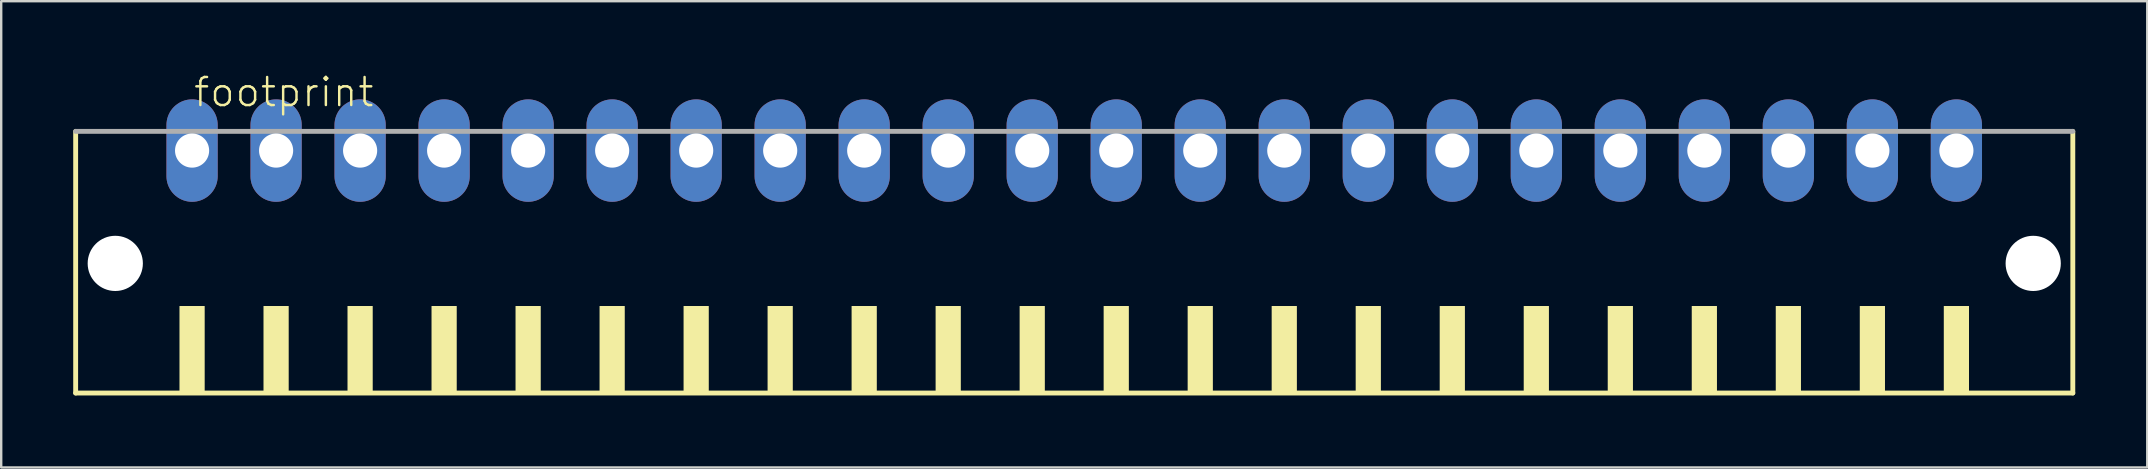
<source format=kicad_pcb>
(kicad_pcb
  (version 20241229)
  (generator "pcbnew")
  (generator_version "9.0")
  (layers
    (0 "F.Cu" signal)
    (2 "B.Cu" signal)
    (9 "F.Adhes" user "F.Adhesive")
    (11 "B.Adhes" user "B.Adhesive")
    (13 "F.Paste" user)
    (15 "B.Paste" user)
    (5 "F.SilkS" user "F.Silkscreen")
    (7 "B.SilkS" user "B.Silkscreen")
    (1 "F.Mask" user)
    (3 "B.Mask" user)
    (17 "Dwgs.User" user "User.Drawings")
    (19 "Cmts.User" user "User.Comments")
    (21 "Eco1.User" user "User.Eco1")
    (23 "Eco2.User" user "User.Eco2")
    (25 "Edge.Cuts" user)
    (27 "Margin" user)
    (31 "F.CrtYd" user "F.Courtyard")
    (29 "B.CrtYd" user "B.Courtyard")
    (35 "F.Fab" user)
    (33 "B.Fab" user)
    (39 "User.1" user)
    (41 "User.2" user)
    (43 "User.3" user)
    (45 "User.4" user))
  (footprint "footprint"
    (layer "F.Cu")
    (at 41.702 8.473)
    (property "Reference" "footprint" (at -36.75 -7 0) (layer "F.SilkS") (effects (font (size 1.168 1.168) (thickness 0.102)) (justify left bottom)))
    (fp_line (start -41.6 -6.05) (end -41.6 4.85) (stroke (width 0.203) (type solid)) (layer "F.SilkS"))
    (fp_line (start -41.6 4.85) (end 41.6 4.85) (stroke (width 0.203) (type solid)) (layer "F.SilkS"))
    (fp_line (start 41.6 4.85) (end 41.6 -6.05) (stroke (width 0.203) (type solid)) (layer "F.SilkS"))
    (fp_poly (pts (xy -37.275 4.9) (xy -36.225 4.9) (xy -36.225 1.225) (xy -37.275 1.225)) (stroke (width 0) (type solid)) (fill yes) (layer "F.SilkS"))
    (fp_poly (pts (xy -33.775 4.9) (xy -32.725 4.9) (xy -32.725 1.225) (xy -33.775 1.225)) (stroke (width 0) (type solid)) (fill yes) (layer "F.SilkS"))
    (fp_poly (pts (xy -30.275 4.9) (xy -29.225 4.9) (xy -29.225 1.225) (xy -30.275 1.225)) (stroke (width 0) (type solid)) (fill yes) (layer "F.SilkS"))
    (fp_poly (pts (xy -26.775 4.9) (xy -25.725 4.9) (xy -25.725 1.225) (xy -26.775 1.225)) (stroke (width 0) (type solid)) (fill yes) (layer "F.SilkS"))
    (fp_poly (pts (xy -23.275 4.9) (xy -22.225 4.9) (xy -22.225 1.225) (xy -23.275 1.225)) (stroke (width 0) (type solid)) (fill yes) (layer "F.SilkS"))
    (fp_poly (pts (xy -19.775 4.9) (xy -18.725 4.9) (xy -18.725 1.225) (xy -19.775 1.225)) (stroke (width 0) (type solid)) (fill yes) (layer "F.SilkS"))
    (fp_poly (pts (xy -16.275 4.9) (xy -15.225 4.9) (xy -15.225 1.225) (xy -16.275 1.225)) (stroke (width 0) (type solid)) (fill yes) (layer "F.SilkS"))
    (fp_poly (pts (xy -12.775 4.9) (xy -11.725 4.9) (xy -11.725 1.225) (xy -12.775 1.225)) (stroke (width 0) (type solid)) (fill yes) (layer "F.SilkS"))
    (fp_poly (pts (xy -9.275 4.9) (xy -8.225 4.9) (xy -8.225 1.225) (xy -9.275 1.225)) (stroke (width 0) (type solid)) (fill yes) (layer "F.SilkS"))
    (fp_poly (pts (xy -5.775 4.9) (xy -4.725 4.9) (xy -4.725 1.225) (xy -5.775 1.225)) (stroke (width 0) (type solid)) (fill yes) (layer "F.SilkS"))
    (fp_poly (pts (xy -2.275 4.9) (xy -1.225 4.9) (xy -1.225 1.225) (xy -2.275 1.225)) (stroke (width 0) (type solid)) (fill yes) (layer "F.SilkS"))
    (fp_poly (pts (xy 1.225 4.9) (xy 2.275 4.9) (xy 2.275 1.225) (xy 1.225 1.225)) (stroke (width 0) (type solid)) (fill yes) (layer "F.SilkS"))
    (fp_poly (pts (xy 4.725 4.9) (xy 5.775 4.9) (xy 5.775 1.225) (xy 4.725 1.225)) (stroke (width 0) (type solid)) (fill yes) (layer "F.SilkS"))
    (fp_poly (pts (xy 8.225 4.9) (xy 9.275 4.9) (xy 9.275 1.225) (xy 8.225 1.225)) (stroke (width 0) (type solid)) (fill yes) (layer "F.SilkS"))
    (fp_poly (pts (xy 11.725 4.9) (xy 12.775 4.9) (xy 12.775 1.225) (xy 11.725 1.225)) (stroke (width 0) (type solid)) (fill yes) (layer "F.SilkS"))
    (fp_poly (pts (xy 15.225 4.9) (xy 16.275 4.9) (xy 16.275 1.225) (xy 15.225 1.225)) (stroke (width 0) (type solid)) (fill yes) (layer "F.SilkS"))
    (fp_poly (pts (xy 18.725 4.9) (xy 19.775 4.9) (xy 19.775 1.225) (xy 18.725 1.225)) (stroke (width 0) (type solid)) (fill yes) (layer "F.SilkS"))
    (fp_poly (pts (xy 22.225 4.9) (xy 23.275 4.9) (xy 23.275 1.225) (xy 22.225 1.225)) (stroke (width 0) (type solid)) (fill yes) (layer "F.SilkS"))
    (fp_poly (pts (xy 25.725 4.9) (xy 26.775 4.9) (xy 26.775 1.225) (xy 25.725 1.225)) (stroke (width 0) (type solid)) (fill yes) (layer "F.SilkS"))
    (fp_poly (pts (xy 29.225 4.9) (xy 30.275 4.9) (xy 30.275 1.225) (xy 29.225 1.225)) (stroke (width 0) (type solid)) (fill yes) (layer "F.SilkS"))
    (fp_poly (pts (xy 32.725 4.9) (xy 33.775 4.9) (xy 33.775 1.225) (xy 32.725 1.225)) (stroke (width 0) (type solid)) (fill yes) (layer "F.SilkS"))
    (fp_poly (pts (xy 36.225 4.9) (xy 37.275 4.9) (xy 37.275 1.225) (xy 36.225 1.225)) (stroke (width 0) (type solid)) (fill yes) (layer "F.SilkS"))
    (fp_line (start 41.6 -6.05) (end -41.6 -6.05) (stroke (width 0.203) (type solid)) (layer "F.Fab"))
    (pad "" np_thru_hole circle (at -39.95 -0.55) (size 2.3 2.3) (drill 2.3) (layers "*.Cu" "*.Mask"))
    (pad "" np_thru_hole circle (at 39.95 -0.55) (size 2.3 2.3) (drill 2.3) (layers "*.Cu" "*.Mask"))
    (pad "1" thru_hole oval (at -36.75 -5.25 90) (size 4.267 2.134) (drill 1.422) (layers "*.Cu" "*.Mask"))
    (pad "2" thru_hole oval (at -33.25 -5.25 90) (size 4.267 2.134) (drill 1.422) (layers "*.Cu" "*.Mask"))
    (pad "3" thru_hole oval (at -29.75 -5.25 90) (size 4.267 2.134) (drill 1.422) (layers "*.Cu" "*.Mask"))
    (pad "4" thru_hole oval (at -26.25 -5.25 90) (size 4.267 2.134) (drill 1.422) (layers "*.Cu" "*.Mask"))
    (pad "5" thru_hole oval (at -22.75 -5.25 90) (size 4.267 2.134) (drill 1.422) (layers "*.Cu" "*.Mask"))
    (pad "6" thru_hole oval (at -19.25 -5.25 90) (size 4.267 2.134) (drill 1.422) (layers "*.Cu" "*.Mask"))
    (pad "7" thru_hole oval (at -15.75 -5.25 90) (size 4.267 2.134) (drill 1.422) (layers "*.Cu" "*.Mask"))
    (pad "8" thru_hole oval (at -12.25 -5.25 90) (size 4.267 2.134) (drill 1.422) (layers "*.Cu" "*.Mask"))
    (pad "9" thru_hole oval (at -8.75 -5.25 90) (size 4.267 2.134) (drill 1.422) (layers "*.Cu" "*.Mask"))
    (pad "10" thru_hole oval (at -5.25 -5.25 90) (size 4.267 2.134) (drill 1.422) (layers "*.Cu" "*.Mask"))
    (pad "11" thru_hole oval (at -1.75 -5.25 90) (size 4.267 2.134) (drill 1.422) (layers "*.Cu" "*.Mask"))
    (pad "12" thru_hole oval (at 1.75 -5.25 90) (size 4.267 2.134) (drill 1.422) (layers "*.Cu" "*.Mask"))
    (pad "13" thru_hole oval (at 5.25 -5.25 90) (size 4.267 2.134) (drill 1.422) (layers "*.Cu" "*.Mask"))
    (pad "14" thru_hole oval (at 8.75 -5.25 90) (size 4.267 2.134) (drill 1.422) (layers "*.Cu" "*.Mask"))
    (pad "15" thru_hole oval (at 12.25 -5.25 90) (size 4.267 2.134) (drill 1.422) (layers "*.Cu" "*.Mask"))
    (pad "16" thru_hole oval (at 15.75 -5.25 90) (size 4.267 2.134) (drill 1.422) (layers "*.Cu" "*.Mask"))
    (pad "17" thru_hole oval (at 19.25 -5.25 90) (size 4.267 2.134) (drill 1.422) (layers "*.Cu" "*.Mask"))
    (pad "18" thru_hole oval (at 22.75 -5.25 90) (size 4.267 2.134) (drill 1.422) (layers "*.Cu" "*.Mask"))
    (pad "19" thru_hole oval (at 26.25 -5.25 90) (size 4.267 2.134) (drill 1.422) (layers "*.Cu" "*.Mask"))
    (pad "20" thru_hole oval (at 29.75 -5.25 90) (size 4.267 2.134) (drill 1.422) (layers "*.Cu" "*.Mask"))
    (pad "21" thru_hole oval (at 33.25 -5.25 90) (size 4.267 2.134) (drill 1.422) (layers "*.Cu" "*.Mask"))
    (pad "22" thru_hole oval (at 36.75 -5.25 90) (size 4.267 2.134) (drill 1.422) (layers "*.Cu" "*.Mask")))
  (gr_rect
    (start -3 -3)
    (end 86.403 16.425)
    (stroke (width 0.1) (type default))
    (fill no)
    (layer "Edge.Cuts")))
</source>
